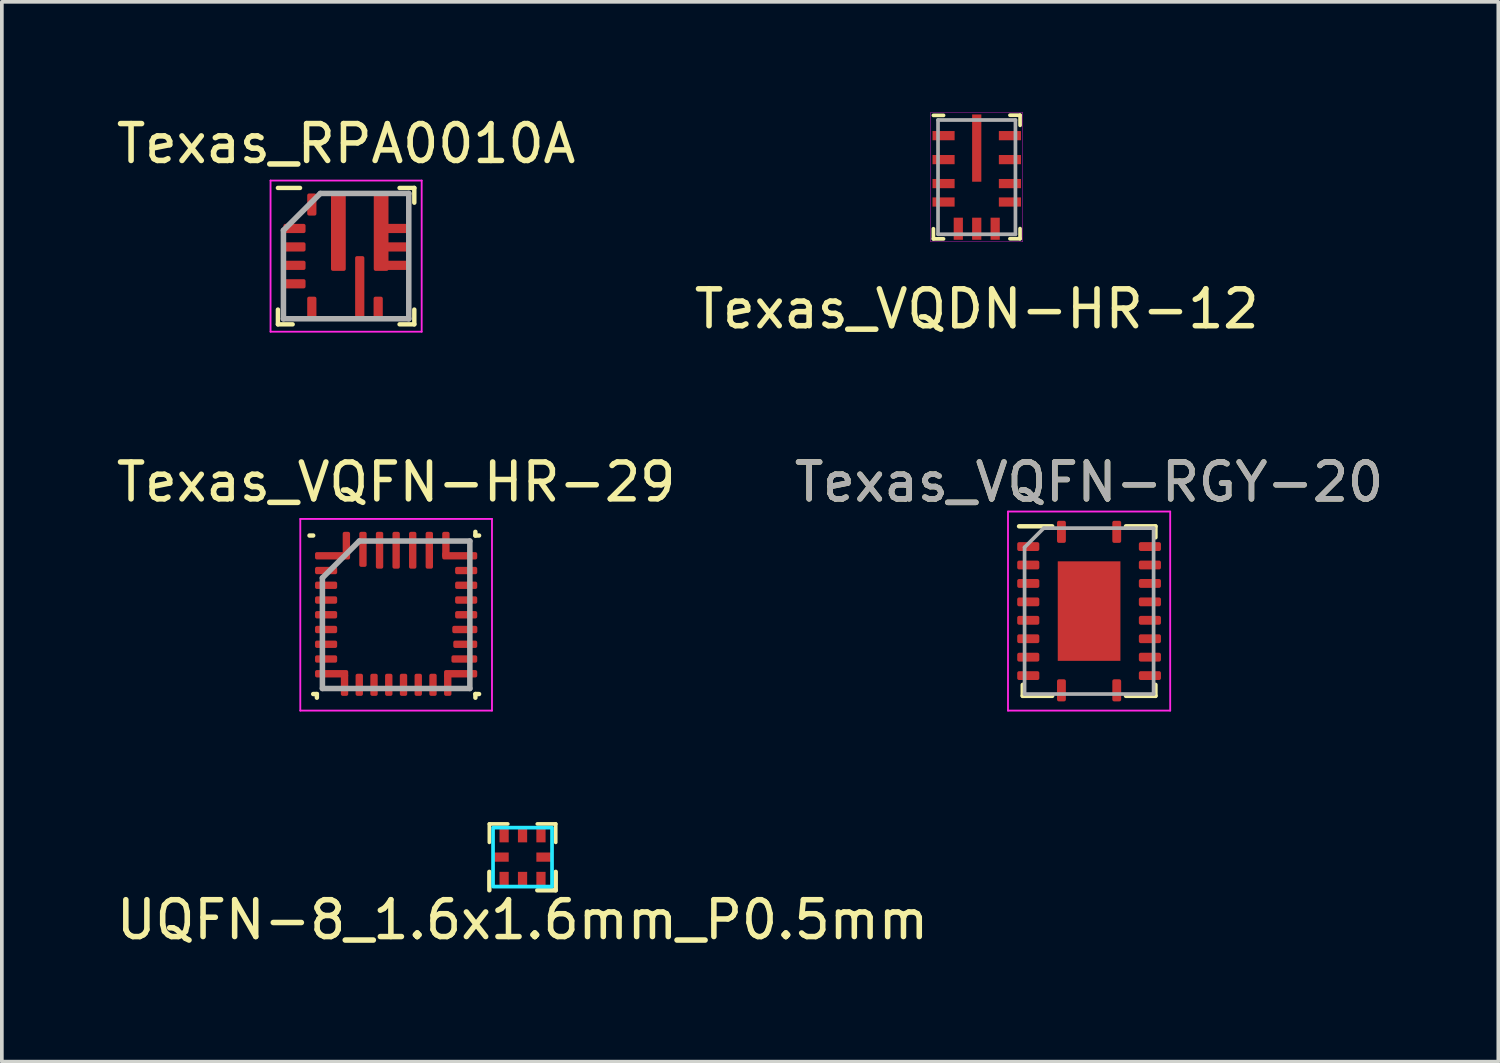
<source format=kicad_pcb>
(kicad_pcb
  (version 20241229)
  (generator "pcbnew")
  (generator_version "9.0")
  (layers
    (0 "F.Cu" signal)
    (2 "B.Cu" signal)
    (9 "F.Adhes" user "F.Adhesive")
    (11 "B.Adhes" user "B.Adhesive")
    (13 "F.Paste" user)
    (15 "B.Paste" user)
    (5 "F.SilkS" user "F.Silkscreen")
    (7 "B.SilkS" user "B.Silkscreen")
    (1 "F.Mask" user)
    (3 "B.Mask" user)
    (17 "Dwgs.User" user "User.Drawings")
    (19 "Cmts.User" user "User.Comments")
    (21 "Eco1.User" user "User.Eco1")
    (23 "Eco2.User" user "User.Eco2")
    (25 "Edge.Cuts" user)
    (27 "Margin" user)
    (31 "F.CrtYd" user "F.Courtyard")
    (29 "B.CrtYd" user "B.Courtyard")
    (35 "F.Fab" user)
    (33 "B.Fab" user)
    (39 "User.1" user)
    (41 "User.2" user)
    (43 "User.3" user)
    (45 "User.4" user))
  (footprint "Texas_RPA0010A"
    (layer "F.Cu")
    (at 6.339 3.898)
    (property "Reference" "Texas_RPA0010A" (at 0 -3.05 0) (layer "F.SilkS") (effects (font (size 1 1) (thickness 0.15))))
    (attr smd)
    (fp_line (start -1.85 1.85) (end -1.85 1.45) (stroke (width 0.12) (type solid)) (layer "F.SilkS"))
    (fp_line (start -1.45 1.85) (end -1.85 1.85) (stroke (width 0.12) (type solid)) (layer "F.SilkS"))
    (fp_line (start -1.25 -1.85) (end -1.85 -1.85) (stroke (width 0.12) (type solid)) (layer "F.SilkS"))
    (fp_line (start 1.45 -1.85) (end 1.85 -1.85) (stroke (width 0.12) (type solid)) (layer "F.SilkS"))
    (fp_line (start 1.45 1.85) (end 1.85 1.85) (stroke (width 0.12) (type solid)) (layer "F.SilkS"))
    (fp_line (start 1.85 -1.85) (end 1.85 -1.45) (stroke (width 0.12) (type solid)) (layer "F.SilkS"))
    (fp_line (start 1.85 1.85) (end 1.85 1.45) (stroke (width 0.12) (type solid)) (layer "F.SilkS"))
    (fp_line (start -2.05 -2.05) (end 2.05 -2.05) (stroke (width 0.05) (type solid)) (layer "F.CrtYd"))
    (fp_line (start -2.05 2.05) (end -2.05 -2.05) (stroke (width 0.05) (type solid)) (layer "F.CrtYd"))
    (fp_line (start 2.05 -2.05) (end 2.05 2.05) (stroke (width 0.05) (type solid)) (layer "F.CrtYd"))
    (fp_line (start 2.05 2.05) (end -2.05 2.05) (stroke (width 0.05) (type solid)) (layer "F.CrtYd"))
    (fp_line (start -1.7 -0.7) (end -1.7 1.7) (stroke (width 0.15) (type solid)) (layer "F.Fab"))
    (fp_line (start -1.7 1.7) (end 1.7 1.7) (stroke (width 0.15) (type solid)) (layer "F.Fab"))
    (fp_line (start -0.7 -1.7) (end -1.7 -0.7) (stroke (width 0.15) (type solid)) (layer "F.Fab"))
    (fp_line (start 1.7 -1.7) (end -0.7 -1.7) (stroke (width 0.15) (type solid)) (layer "F.Fab"))
    (fp_line (start 1.7 1.7) (end 1.7 -1.7) (stroke (width 0.15) (type solid)) (layer "F.Fab"))
    (pad "" smd roundrect (at -0.21 -1.23 180) (size 0.4 0.95) (layers "F.Paste") (roundrect_rratio 0.125))
    (pad "" smd roundrect (at -0.21 -0.08 180) (size 0.4 0.95) (layers "F.Paste") (roundrect_rratio 0.125))
    (pad "" smd roundrect (at 0.37 0.38) (size 0.25 0.75) (layers "F.Paste") (roundrect_rratio 0.2))
    (pad "" smd roundrect (at 0.37 1.33) (size 0.25 0.75) (layers "F.Paste") (roundrect_rratio 0.2))
    (pad "1" smd roundrect (at -1.4 -0.75 90) (size 0.25 0.6) (layers "F.Cu" "F.Mask" "F.Paste") (roundrect_rratio 0.2))
    (pad "2" smd roundrect (at -1.4 -0.25 90) (size 0.25 0.6) (layers "F.Cu" "F.Mask" "F.Paste") (roundrect_rratio 0.2))
    (pad "3" smd roundrect (at -1.4 0.25 90) (size 0.25 0.6) (layers "F.Cu" "F.Mask" "F.Paste") (roundrect_rratio 0.2))
    (pad "4" smd roundrect (at -1.4 0.75 90) (size 0.25 0.6) (layers "F.Cu" "F.Mask" "F.Paste") (roundrect_rratio 0.2))
    (pad "5" smd roundrect (at -0.93 1.4) (size 0.25 0.6) (layers "F.Cu" "F.Mask" "F.Paste") (roundrect_rratio 0.2))
    (pad "6" smd roundrect (at 0.37 0.85) (size 0.25 1.7) (layers "F.Cu" "F.Mask") (roundrect_rratio 0.2))
    (pad "7" smd roundrect (at 0.87 1.4) (size 0.25 0.6) (layers "F.Cu" "F.Mask" "F.Paste") (roundrect_rratio 0.2))
    (pad "8" smd roundrect (at 0.95 -0.65) (size 0.4 2.1) (layers "F.Cu" "F.Mask" "F.Paste") (roundrect_rratio 0.125))
    (pad "8" smd roundrect (at 1.4 -0.75 90) (size 0.25 0.6) (layers "F.Cu" "F.Mask" "F.Paste") (roundrect_rratio 0.2))
    (pad "8" smd roundrect (at 1.4 -0.25 90) (size 0.25 0.6) (layers "F.Cu" "F.Mask" "F.Paste") (roundrect_rratio 0.2))
    (pad "8" smd roundrect (at 1.4 0.25 90) (size 0.25 0.6) (layers "F.Cu" "F.Mask" "F.Paste") (roundrect_rratio 0.2))
    (pad "9" smd roundrect (at -0.21 -0.65) (size 0.4 2.1) (layers "F.Cu" "F.Mask") (roundrect_rratio 0.125))
    (pad "10" smd roundrect (at -0.93 -1.4) (size 0.25 0.6) (layers "F.Cu" "F.Mask" "F.Paste") (roundrect_rratio 0.2)))
  (footprint "Texas_VQDN-HR-12"
    (layer "F.Cu")
    (at 23.446 1.755)
    (property "Reference" "Texas_VQDN-HR-12" (at 0 3.575 0) (layer "F.SilkS") (effects (font (size 1 1) (thickness 0.15))))
    (attr through_hole)
    (fp_line (start -1.175 -1.675) (end -0.9 -1.675) (stroke (width 0.1) (type solid)) (layer "F.SilkS"))
    (fp_line (start -1.175 1.675) (end -1.175 1.4) (stroke (width 0.1) (type solid)) (layer "F.SilkS"))
    (fp_line (start -1.175 1.675) (end -0.9 1.675) (stroke (width 0.1) (type solid)) (layer "F.SilkS"))
    (fp_line (start 1.175 1.671) (end 0.9 1.671) (stroke (width 0.1) (type solid)) (layer "F.SilkS"))
    (fp_line (start 1.175 1.671) (end 1.175 1.396) (stroke (width 0.1) (type solid)) (layer "F.SilkS"))
    (fp_line (start 1.176 -1.68) (end 0.901 -1.68) (stroke (width 0.1) (type solid)) (layer "F.SilkS"))
    (fp_line (start 1.176 -1.68) (end 1.176 -1.405) (stroke (width 0.1) (type solid)) (layer "F.SilkS"))
    (fp_line (start -1.25 -1.75) (end -1.25 1.75) (stroke (width 0.01) (type solid)) (layer "F.CrtYd"))
    (fp_line (start -1.25 1.75) (end 1.25 1.75) (stroke (width 0.01) (type solid)) (layer "F.CrtYd"))
    (fp_line (start 1.25 -1.75) (end -1.25 -1.75) (stroke (width 0.01) (type solid)) (layer "F.CrtYd"))
    (fp_line (start 1.25 1.75) (end 1.25 -1.75) (stroke (width 0.01) (type solid)) (layer "F.CrtYd"))
    (fp_line (start -1.05 1.55) (end -1.05 -1.55) (stroke (width 0.1) (type solid)) (layer "F.Fab"))
    (fp_line (start 1.05 -1.55) (end -1.05 -1.55) (stroke (width 0.1) (type solid)) (layer "F.Fab"))
    (fp_line (start 1.05 1.55) (end -1.05 1.55) (stroke (width 0.1) (type solid)) (layer "F.Fab"))
    (fp_line (start 1.05 1.55) (end 1.05 -1.55) (stroke (width 0.1) (type solid)) (layer "F.Fab"))
    (pad "" smd rect (at 0 -1.294) (size 0.25 0.812) (layers "F.Paste"))
    (pad "" smd rect (at 0 -0.282) (size 0.25 0.812) (layers "F.Paste"))
    (pad "1" smd rect (at -0.9 -1.125) (size 0.6 0.25) (layers "F.Cu" "F.Mask" "F.Paste"))
    (pad "2" smd rect (at -0.9 -0.475) (size 0.6 0.25) (layers "F.Cu" "F.Mask" "F.Paste"))
    (pad "3" smd rect (at -0.9 0.175) (size 0.6 0.25) (layers "F.Cu" "F.Mask" "F.Paste"))
    (pad "4" smd rect (at -0.9 0.675) (size 0.6 0.25) (layers "F.Cu" "F.Mask" "F.Paste"))
    (pad "5" smd rect (at -0.5 1.4) (size 0.25 0.6) (layers "F.Cu" "F.Mask" "F.Paste"))
    (pad "6" smd rect (at 0 1.4) (size 0.25 0.6) (layers "F.Cu" "F.Mask" "F.Paste"))
    (pad "7" smd rect (at 0.5 1.4) (size 0.25 0.6) (layers "F.Cu" "F.Mask" "F.Paste"))
    (pad "8" smd rect (at 0.9 0.675) (size 0.6 0.25) (layers "F.Cu" "F.Mask" "F.Paste"))
    (pad "9" smd rect (at 0.9 0.175) (size 0.6 0.25) (layers "F.Cu" "F.Mask" "F.Paste"))
    (pad "10" smd rect (at 0.9 -0.475) (size 0.6 0.25) (layers "F.Cu" "F.Mask" "F.Paste"))
    (pad "11" smd rect (at 0.9 -1.125) (size 0.6 0.25) (layers "F.Cu" "F.Mask" "F.Paste"))
    (pad "12" smd rect (at 0 -0.788) (size 0.25 1.825) (layers "F.Cu" "F.Mask")))
  (footprint "Texas_VQFN-RGY-20"
    (layer "F.Cu")
    (at 26.494 13.527)
    (property "Reference" "Texas_VQFN-RGY-20" (at 0 -3.5 0) (layer "F.SilkS") (effects (font (size 1 1) (thickness 0.15))))
    (attr smd)
    (fp_line (start -1.9 -2.3) (end -1 -2.3) (stroke (width 0.12) (type solid)) (layer "F.SilkS"))
    (fp_line (start -1.8 2) (end -1.8 2.3) (stroke (width 0.12) (type solid)) (layer "F.SilkS"))
    (fp_line (start -1.8 2.3) (end -1 2.3) (stroke (width 0.12) (type solid)) (layer "F.SilkS"))
    (fp_line (start 1 -2.3) (end 1.8 -2.3) (stroke (width 0.12) (type solid)) (layer "F.SilkS"))
    (fp_line (start 1 2.3) (end 1.8 2.3) (stroke (width 0.12) (type solid)) (layer "F.SilkS"))
    (fp_line (start 1.8 -2.3) (end 1.8 -2) (stroke (width 0.12) (type solid)) (layer "F.SilkS"))
    (fp_line (start 1.8 2) (end 1.8 2.3) (stroke (width 0.12) (type solid)) (layer "F.SilkS"))
    (fp_line (start -2.2 -2.7) (end -2.2 2.7) (stroke (width 0.05) (type solid)) (layer "F.CrtYd"))
    (fp_line (start -2.2 -2.7) (end 2.2 -2.7) (stroke (width 0.05) (type solid)) (layer "F.CrtYd"))
    (fp_line (start -2.2 2.7) (end 2.2 2.7) (stroke (width 0.05) (type solid)) (layer "F.CrtYd"))
    (fp_line (start 2.2 -2.7) (end 2.2 2.7) (stroke (width 0.05) (type solid)) (layer "F.CrtYd"))
    (fp_line (start -1.75 -1.73) (end -1.75 2.25) (stroke (width 0.1) (type solid)) (layer "F.Fab"))
    (fp_line (start -1.75 -1.73) (end -1.23 -2.25) (stroke (width 0.1) (type solid)) (layer "F.Fab"))
    (fp_line (start -1.75 2.25) (end 1.75 2.25) (stroke (width 0.1) (type solid)) (layer "F.Fab"))
    (fp_line (start -1.23 -2.25) (end 1.75 -2.25) (stroke (width 0.1) (type solid)) (layer "F.Fab"))
    (fp_line (start 1.75 -2.25) (end 1.75 2.25) (stroke (width 0.1) (type solid)) (layer "F.Fab"))
    (fp_text user "${REFERENCE}" (at 0 -3.5 0) (layer "F.Fab") (effects (font (size 1 1) (thickness 0.15))))
    (pad "" smd rect (at -0.475 -0.71) (size 0.75 1.21) (layers "F.Paste"))
    (pad "" smd rect (at -0.475 0.71) (size 0.75 1.21) (layers "F.Paste"))
    (pad "" smd rect (at 0.475 -0.71) (size 0.75 1.21) (layers "F.Paste"))
    (pad "" smd rect (at 0.475 0.71) (size 0.75 1.21) (layers "F.Paste"))
    (pad "1" smd roundrect (at -0.75 -2.15) (size 0.24 0.6) (layers "F.Cu" "F.Mask" "F.Paste") (roundrect_rratio 0.21))
    (pad "2" smd roundrect (at -1.65 -1.75) (size 0.6 0.24) (layers "F.Cu" "F.Mask" "F.Paste") (roundrect_rratio 0.21))
    (pad "3" smd roundrect (at -1.65 -1.25) (size 0.6 0.24) (layers "F.Cu" "F.Mask" "F.Paste") (roundrect_rratio 0.21))
    (pad "4" smd roundrect (at -1.65 -0.75) (size 0.6 0.24) (layers "F.Cu" "F.Mask" "F.Paste") (roundrect_rratio 0.21))
    (pad "5" smd roundrect (at -1.65 -0.25) (size 0.6 0.24) (layers "F.Cu" "F.Mask" "F.Paste") (roundrect_rratio 0.21))
    (pad "6" smd roundrect (at -1.65 0.25) (size 0.6 0.24) (layers "F.Cu" "F.Mask" "F.Paste") (roundrect_rratio 0.21))
    (pad "7" smd roundrect (at -1.65 0.75) (size 0.6 0.24) (layers "F.Cu" "F.Mask" "F.Paste") (roundrect_rratio 0.21))
    (pad "8" smd roundrect (at -1.65 1.25) (size 0.6 0.24) (layers "F.Cu" "F.Mask" "F.Paste") (roundrect_rratio 0.21))
    (pad "9" smd roundrect (at -1.65 1.75) (size 0.6 0.24) (layers "F.Cu" "F.Mask" "F.Paste") (roundrect_rratio 0.21))
    (pad "10" smd roundrect (at -0.75 2.15) (size 0.24 0.6) (layers "F.Cu" "F.Mask" "F.Paste") (roundrect_rratio 0.21))
    (pad "11" smd roundrect (at 0.75 2.15) (size 0.24 0.6) (layers "F.Cu" "F.Mask" "F.Paste") (roundrect_rratio 0.21))
    (pad "12" smd roundrect (at 1.65 1.75) (size 0.6 0.24) (layers "F.Cu" "F.Mask" "F.Paste") (roundrect_rratio 0.21))
    (pad "13" smd roundrect (at 1.65 1.25) (size 0.6 0.24) (layers "F.Cu" "F.Mask" "F.Paste") (roundrect_rratio 0.21))
    (pad "14" smd roundrect (at 1.65 0.75) (size 0.6 0.24) (layers "F.Cu" "F.Mask" "F.Paste") (roundrect_rratio 0.21))
    (pad "15" smd roundrect (at 1.65 0.25) (size 0.6 0.24) (layers "F.Cu" "F.Mask" "F.Paste") (roundrect_rratio 0.21))
    (pad "16" smd roundrect (at 1.65 -0.25) (size 0.6 0.24) (layers "F.Cu" "F.Mask" "F.Paste") (roundrect_rratio 0.21))
    (pad "17" smd roundrect (at 1.65 -0.75) (size 0.6 0.24) (layers "F.Cu" "F.Mask" "F.Paste") (roundrect_rratio 0.21))
    (pad "18" smd roundrect (at 1.65 -1.25) (size 0.6 0.24) (layers "F.Cu" "F.Mask" "F.Paste") (roundrect_rratio 0.21))
    (pad "19" smd roundrect (at 1.65 -1.75) (size 0.6 0.24) (layers "F.Cu" "F.Mask" "F.Paste") (roundrect_rratio 0.21))
    (pad "20" smd roundrect (at 0.75 -2.15) (size 0.24 0.6) (layers "F.Cu" "F.Mask" "F.Paste") (roundrect_rratio 0.21))
    (pad "21" smd rect (at 0 0) (size 1.7 2.7) (layers "F.Cu" "F.Mask")))
  (footprint "Texas_VQFN-HR-29"
    (layer "F.Cu")
    (at 7.696 13.627)
    (property "Reference" "Texas_VQFN-HR-29" (at 0 -3.6 0) (layer "F.SilkS") (effects (font (size 1 1) (thickness 0.15))))
    (attr smd)
    (fp_line (start -2.25 -2.15) (end -2.35 -2.15) (stroke (width 0.12) (type solid)) (layer "F.SilkS"))
    (fp_line (start -2.25 2.15) (end -2.15 2.15) (stroke (width 0.12) (type solid)) (layer "F.SilkS"))
    (fp_line (start -2.15 2.15) (end -2.15 2.25) (stroke (width 0.12) (type solid)) (layer "F.SilkS"))
    (fp_line (start 2.15 -2.15) (end 2.15 -2.25) (stroke (width 0.12) (type solid)) (layer "F.SilkS"))
    (fp_line (start 2.15 2.15) (end 2.15 2.25) (stroke (width 0.12) (type solid)) (layer "F.SilkS"))
    (fp_line (start 2.25 -2.15) (end 2.15 -2.15) (stroke (width 0.12) (type solid)) (layer "F.SilkS"))
    (fp_line (start 2.25 2.15) (end 2.15 2.15) (stroke (width 0.12) (type solid)) (layer "F.SilkS"))
    (fp_line (start -2.6 -2.6) (end 2.6 -2.6) (stroke (width 0.05) (type solid)) (layer "F.CrtYd"))
    (fp_line (start -2.6 2.6) (end -2.6 -2.6) (stroke (width 0.05) (type solid)) (layer "F.CrtYd"))
    (fp_line (start 2.6 -2.6) (end 2.6 2.6) (stroke (width 0.05) (type solid)) (layer "F.CrtYd"))
    (fp_line (start 2.6 2.6) (end -2.6 2.6) (stroke (width 0.05) (type solid)) (layer "F.CrtYd"))
    (fp_line (start -2 -1) (end -2 2) (stroke (width 0.15) (type solid)) (layer "F.Fab"))
    (fp_line (start -2 2) (end 2 2) (stroke (width 0.15) (type solid)) (layer "F.Fab"))
    (fp_line (start -1 -2) (end -2 -1) (stroke (width 0.15) (type solid)) (layer "F.Fab"))
    (fp_line (start 2 -2) (end -1 -2) (stroke (width 0.15) (type solid)) (layer "F.Fab"))
    (fp_line (start 2 2) (end 2 -2) (stroke (width 0.15) (type solid)) (layer "F.Fab"))
    (pad "1" smd roundrect (at -1.725 -1.6 90) (size 0.2 0.95) (layers "F.Cu" "F.Mask" "F.Paste") (roundrect_rratio 0.25))
    (pad "1" smd roundrect (at -1.35 -1.9) (size 0.2 0.7) (layers "F.Cu" "F.Mask" "F.Paste") (roundrect_rratio 0.25))
    (pad "2" smd roundrect (at -1.9 -1.2 90) (size 0.2 0.6) (layers "F.Cu" "F.Mask" "F.Paste") (roundrect_rratio 0.25))
    (pad "3" smd roundrect (at -1.9 -0.8 90) (size 0.2 0.6) (layers "F.Cu" "F.Mask" "F.Paste") (roundrect_rratio 0.25))
    (pad "4" smd roundrect (at -1.9 -0.4 90) (size 0.2 0.6) (layers "F.Cu" "F.Mask" "F.Paste") (roundrect_rratio 0.25))
    (pad "5" smd roundrect (at -1.9 0 90) (size 0.2 0.6) (layers "F.Cu" "F.Mask" "F.Paste") (roundrect_rratio 0.25))
    (pad "6" smd roundrect (at -1.9 0.4 90) (size 0.2 0.6) (layers "F.Cu" "F.Mask" "F.Paste") (roundrect_rratio 0.25))
    (pad "7" smd roundrect (at -1.9 0.8 90) (size 0.2 0.6) (layers "F.Cu" "F.Mask" "F.Paste") (roundrect_rratio 0.25))
    (pad "8" smd roundrect (at -1.9 1.2 90) (size 0.2 0.6) (layers "F.Cu" "F.Mask" "F.Paste") (roundrect_rratio 0.25))
    (pad "9" smd roundrect (at -1.75 1.6 90) (size 0.2 0.9) (layers "F.Cu" "F.Mask" "F.Paste") (roundrect_rratio 0.25))
    (pad "9" smd roundrect (at -1.4 1.9) (size 0.2 0.6) (layers "F.Cu" "F.Mask" "F.Paste") (roundrect_rratio 0.25))
    (pad "10" smd roundrect (at -1 1.9) (size 0.2 0.6) (layers "F.Cu" "F.Mask" "F.Paste") (roundrect_rratio 0.25))
    (pad "11" smd roundrect (at -0.6 1.9) (size 0.2 0.6) (layers "F.Cu" "F.Mask" "F.Paste") (roundrect_rratio 0.25))
    (pad "12" smd roundrect (at -0.2 1.9) (size 0.2 0.6) (layers "F.Cu" "F.Mask" "F.Paste") (roundrect_rratio 0.25))
    (pad "13" smd roundrect (at 0.2 1.9) (size 0.2 0.6) (layers "F.Cu" "F.Mask" "F.Paste") (roundrect_rratio 0.25))
    (pad "14" smd roundrect (at 0.6 1.9) (size 0.2 0.6) (layers "F.Cu" "F.Mask" "F.Paste") (roundrect_rratio 0.25))
    (pad "15" smd roundrect (at 1 1.9) (size 0.2 0.6) (layers "F.Cu" "F.Mask" "F.Paste") (roundrect_rratio 0.25))
    (pad "16" smd roundrect (at 1.4 1.9) (size 0.2 0.6) (layers "F.Cu" "F.Mask" "F.Paste") (roundrect_rratio 0.25))
    (pad "16" smd roundrect (at 1.75 1.6 90) (size 0.2 0.9) (layers "F.Cu" "F.Mask" "F.Paste") (roundrect_rratio 0.25))
    (pad "17" smd roundrect (at 1.85 1.2 90) (size 0.2 0.7) (layers "F.Cu" "F.Mask" "F.Paste") (roundrect_rratio 0.25))
    (pad "18" smd roundrect (at 1.875 0.8 90) (size 0.2 0.65) (layers "F.Cu" "F.Mask" "F.Paste") (roundrect_rratio 0.25))
    (pad "19" smd roundrect (at 1.863 0.4 90) (size 0.2 0.68) (layers "F.Cu" "F.Mask" "F.Paste") (roundrect_rratio 0.25))
    (pad "20" smd roundrect (at 1.9 0 90) (size 0.2 0.6) (layers "F.Cu" "F.Mask" "F.Paste") (roundrect_rratio 0.25))
    (pad "21" smd roundrect (at 1.9 -0.4 90) (size 0.2 0.6) (layers "F.Cu" "F.Mask" "F.Paste") (roundrect_rratio 0.25))
    (pad "22" smd roundrect (at 1.9 -0.8 90) (size 0.2 0.6) (layers "F.Cu" "F.Mask" "F.Paste") (roundrect_rratio 0.25))
    (pad "23" smd roundrect (at 1.9 -1.2 90) (size 0.2 0.6) (layers "F.Cu" "F.Mask" "F.Paste") (roundrect_rratio 0.25))
    (pad "24" smd roundrect (at 1.35 -1.9) (size 0.2 0.7) (layers "F.Cu" "F.Mask" "F.Paste") (roundrect_rratio 0.25))
    (pad "24" smd roundrect (at 1.725 -1.6 90) (size 0.2 0.95) (layers "F.Cu" "F.Mask" "F.Paste") (roundrect_rratio 0.25))
    (pad "25" smd roundrect (at 0.9 -1.75) (size 0.2 1) (layers "F.Cu" "F.Mask" "F.Paste") (roundrect_rratio 0.25))
    (pad "26" smd roundrect (at 0.45 -1.75) (size 0.2 1) (layers "F.Cu" "F.Mask" "F.Paste") (roundrect_rratio 0.25))
    (pad "27" smd roundrect (at 0 -1.75) (size 0.2 1) (layers "F.Cu" "F.Mask" "F.Paste") (roundrect_rratio 0.25))
    (pad "28" smd roundrect (at -0.45 -1.75) (size 0.2 1) (layers "F.Cu" "F.Mask" "F.Paste") (roundrect_rratio 0.25))
    (pad "29" smd roundrect (at -0.9 -1.775) (size 0.2 0.95) (layers "F.Cu" "F.Mask" "F.Paste") (roundrect_rratio 0.25)))
  (footprint "UQFN-8_1.6x1.6mm_P0.5mm"
    (layer "F.Cu")
    (at 11.125 20.201)
    (property "Reference" "UQFN-8_1.6x1.6mm_P0.5mm" (at 0 1.7 0) (unlocked yes) (layer "F.SilkS") (effects (font (size 1 1) (thickness 0.15))))
    (fp_line (start -0.9 -0.9) (end -0.9 -0.4) (stroke (width 0.1) (type solid)) (layer "F.SilkS"))
    (fp_line (start -0.9 0.9) (end -0.9 0.4) (stroke (width 0.12) (type solid)) (layer "F.SilkS"))
    (fp_line (start -0.4 -0.9) (end -0.9 -0.9) (stroke (width 0.1) (type solid)) (layer "F.SilkS"))
    (fp_line (start 0.9 -0.9) (end 0.4 -0.9) (stroke (width 0.1) (type solid)) (layer "F.SilkS"))
    (fp_line (start 0.9 -0.9) (end 0.9 -0.4) (stroke (width 0.1) (type solid)) (layer "F.SilkS"))
    (fp_line (start 0.9 0.4) (end 0.9 0.9) (stroke (width 0.12) (type solid)) (layer "F.SilkS"))
    (fp_line (start 0.9 0.9) (end 0.4 0.9) (stroke (width 0.12) (type solid)) (layer "F.SilkS"))
    (fp_rect (start -0.8 -0.8) (end 0.8 0.8) (stroke (width 0.1) (type solid)) (fill no) (layer "B.CrtYd"))
    (pad "1" smd rect (at -0.5 0.6) (size 0.25 0.4) (layers "F.Cu" "F.Mask" "F.Paste"))
    (pad "2" smd rect (at 0 0.6) (size 0.25 0.4) (layers "F.Cu" "F.Mask" "F.Paste"))
    (pad "3" smd rect (at 0.5 0.6) (size 0.25 0.4) (layers "F.Cu" "F.Mask" "F.Paste"))
    (pad "4" smd rect (at 0.6 0 270) (size 0.25 0.45) (layers "F.Cu" "F.Mask" "F.Paste"))
    (pad "5" smd rect (at 0.5 -0.6) (size 0.25 0.4) (layers "F.Cu" "F.Mask" "F.Paste"))
    (pad "6" smd rect (at 0 -0.6) (size 0.25 0.4) (layers "F.Cu" "F.Mask" "F.Paste"))
    (pad "7" smd rect (at -0.5 -0.6 180) (size 0.25 0.4) (layers "F.Cu" "F.Mask" "F.Paste"))
    (pad "8" smd rect (at -0.6 0 90) (size 0.25 0.45) (layers "F.Cu" "F.Mask" "F.Paste")))
  (gr_rect
    (start -3 -3)
    (end 37.595 25.75)
    (stroke (width 0.1) (type default))
    (fill no)
    (layer "Edge.Cuts")))
</source>
